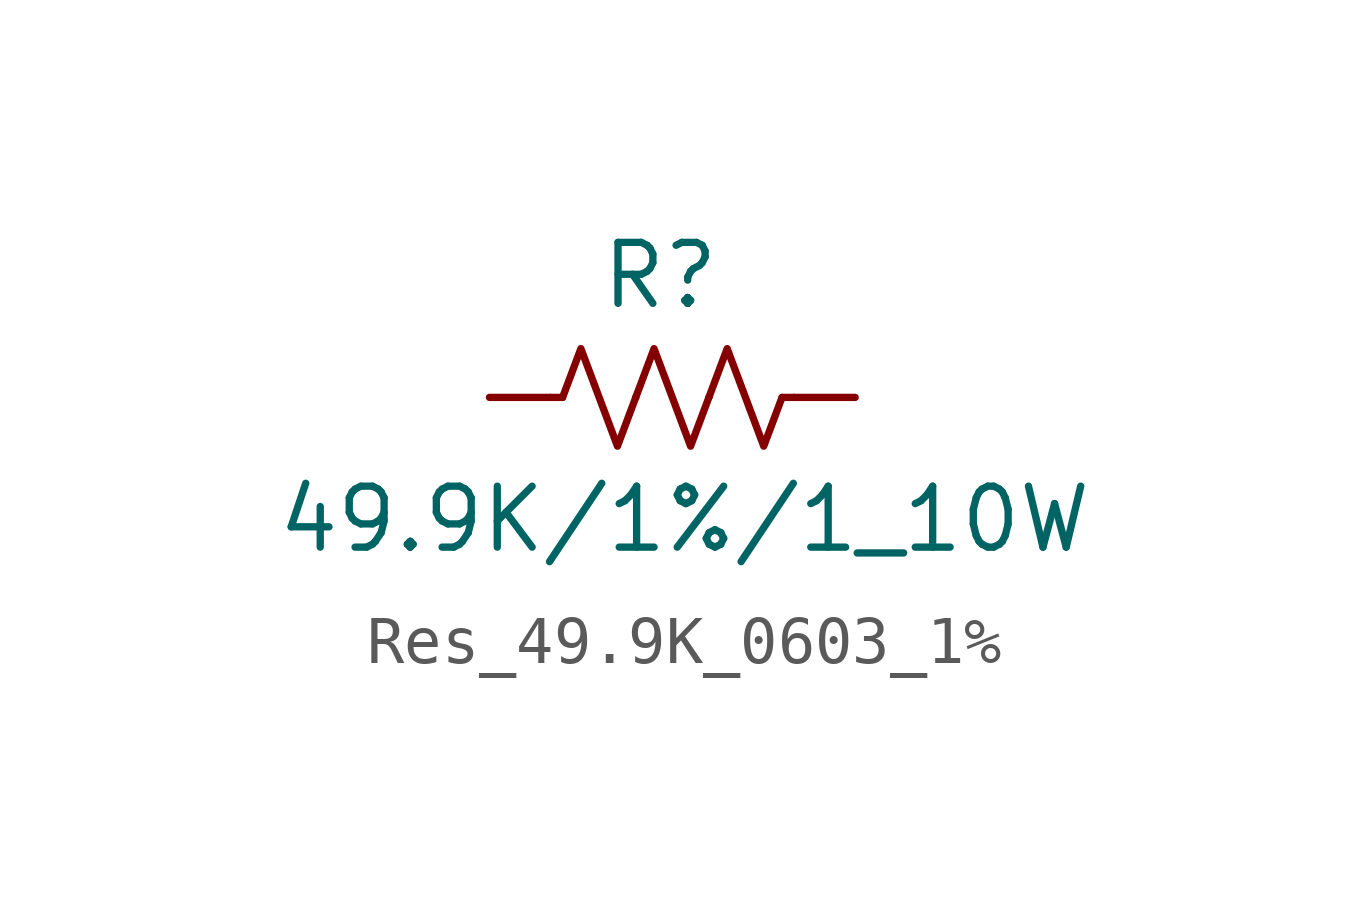
<source format=kicad_sym>
(kicad_symbol_lib
  (version 20231120)
  (generator "kicad_symbol_editor")
  (generator_version "8.0")
  (symbol "Res_49.9K_0603_1%"
    (pin_numbers hide)
    (pin_names hide)
    (property "Reference" "R"
      (at 3.556 2.54 0)
      (effects (font (size 1.27 1.27))))
    (property "Value" "49.9K/1%/1_10W"
      (at 4.064 -2.54 0)
      (effects (font (size 1.27 1.27))))
    (symbol "Res_49.9K_0603_1%_0_1"
      (polyline (pts (xy 1.524 0) (xy 1.27 0)) (stroke (width 0) (type default)) (fill (type none)))
      (polyline (pts (xy 6.096 0) (xy 6.35 0)) (stroke (width 0) (type default)) (fill (type none)))
      (polyline (pts (xy 1.524 0) (xy 1.905 1.016) (xy 2.286 0) (xy 2.667 -1.016) (xy 3.048 0)) (stroke (width 0) (type default)) (fill (type none)))
      (polyline (pts (xy 3.048 0) (xy 3.429 1.016) (xy 3.81 0) (xy 4.191 -1.016) (xy 4.572 0)) (stroke (width 0) (type default)) (fill (type none)))
      (polyline (pts (xy 4.572 0) (xy 4.953 1.016) (xy 5.334 0) (xy 5.715 -1.016) (xy 6.096 0)) (stroke (width 0) (type default)) (fill (type none))))
    (symbol "Res_49.9K_0603_1%_1_1"
      (pin passive line (at 0 0 0) (length 1.27) (name "~" (effects (font (size 1.27 1.27)))) (number "1" (effects (font (size 1.27 1.27)))))
      (pin passive line (at 7.62 0 180) (length 1.27) (name "~" (effects (font (size 1.27 1.27)))) (number "2" (effects (font (size 1.27 1.27))))))))
</source>
